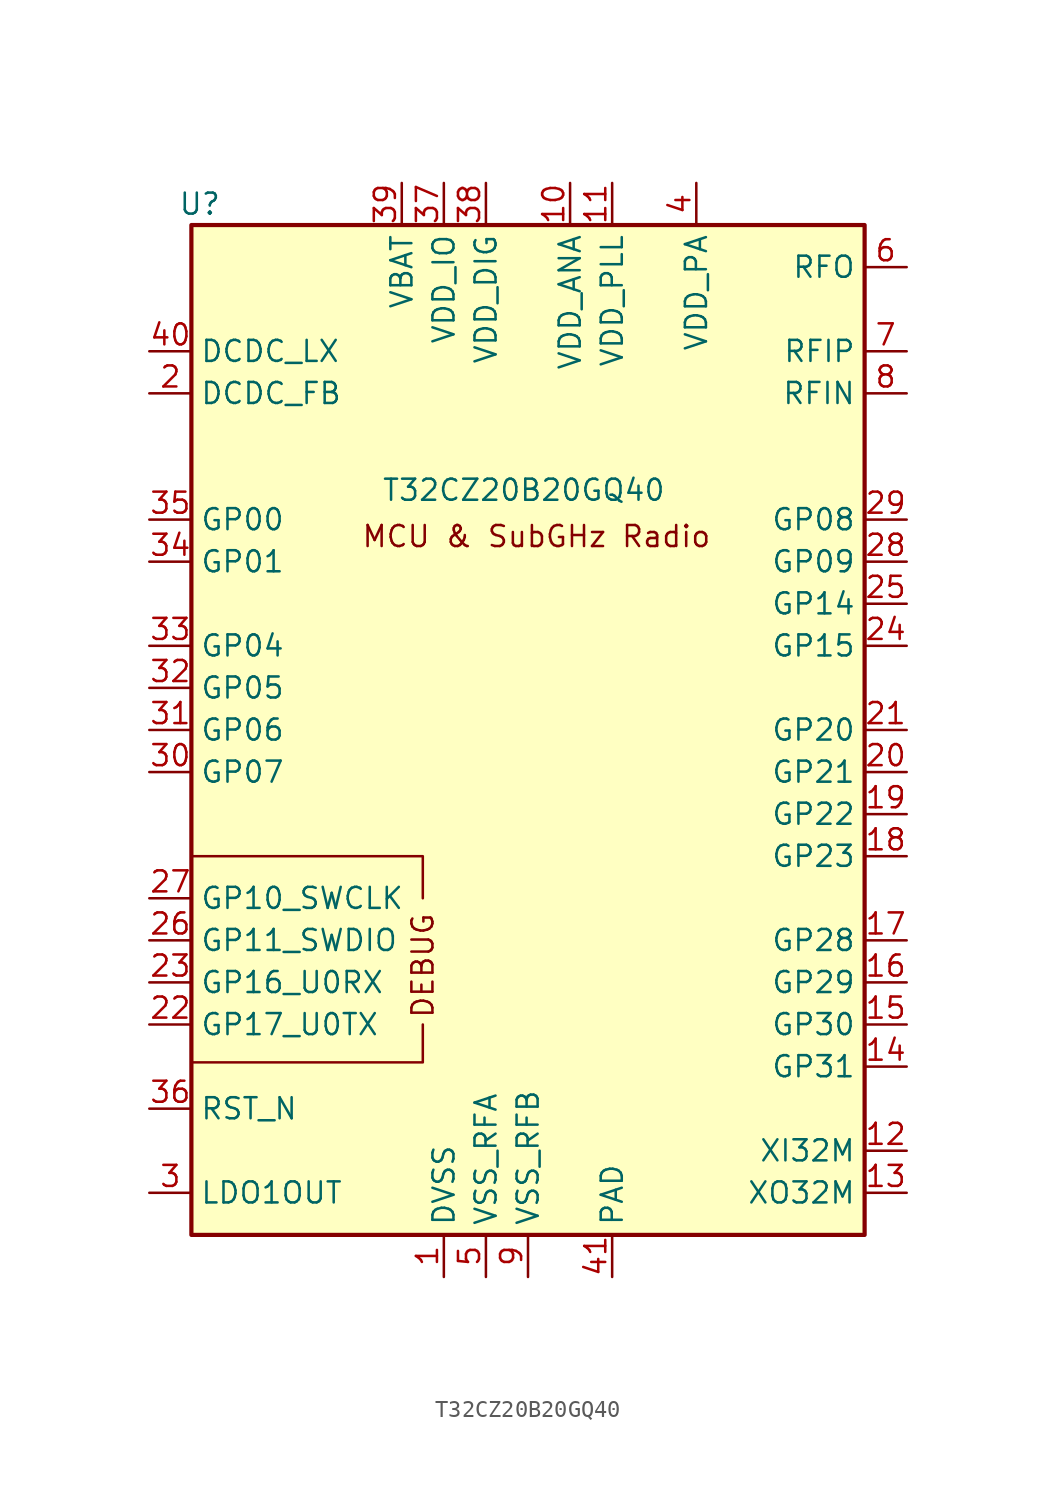
<source format=kicad_sym>
(kicad_symbol_lib
  (version 20241209)
  (generator "kicad_symbol_editor")
  (generator_version "9.0")
  (symbol "T32CZ20B20GQ40"
    (property "Reference" "U"
      (at -19.812 31.75 0)
      (effects (font (size 1.27 1.27))))
    (property "Value" "T32CZ20B20GQ40"
      (at -0.254 14.478 0)
      (effects (font (size 1.27 1.27))))
    (symbol "T32CZ20B20GQ40_0_1"
      (polyline (pts (xy -6.35 -10.16) (xy -6.35 -7.62) (xy -20.32 -7.62)) (stroke (width 0) (type default)) (fill (type none)))
      (polyline (pts (xy -6.35 -17.78) (xy -6.35 -20.066) (xy -20.32 -20.066)) (stroke (width 0) (type default)) (fill (type none))))
    (symbol "T32CZ20B20GQ40_1_0"
      (text "DEBUG" (at -6.35 -14.224 900) (effects (font (size 1.27 1.27))))
      (text "MCU & SubGHz Radio" (at 0.508 11.684 0) (effects (font (size 1.27 1.27)))))
    (symbol "T32CZ20B20GQ40_1_1"
      (rectangle (start -20.32 30.48) (end 20.32 -30.48) (stroke (width 0.254) (type default)) (fill (type background)))
      (pin passive line (at -22.86 22.86 0) (length 2.54) (name "DCDC_LX" (effects (font (size 1.27 1.27)))) (number "40" (effects (font (size 1.27 1.27)))))
      (pin passive line (at -22.86 20.32 0) (length 2.54) (name "DCDC_FB" (effects (font (size 1.27 1.27)))) (number "2" (effects (font (size 1.27 1.27)))))
      (pin bidirectional line (at -22.86 12.7 0) (length 2.54) (name "GP00" (effects (font (size 1.27 1.27)))) (number "35" (effects (font (size 1.27 1.27)))))
      (pin bidirectional line (at -22.86 10.16 0) (length 2.54) (name "GP01" (effects (font (size 1.27 1.27)))) (number "34" (effects (font (size 1.27 1.27)))))
      (pin bidirectional line (at -22.86 5.08 0) (length 2.54) (name "GP04" (effects (font (size 1.27 1.27)))) (number "33" (effects (font (size 1.27 1.27)))))
      (pin bidirectional line (at -22.86 2.54 0) (length 2.54) (name "GP05" (effects (font (size 1.27 1.27)))) (number "32" (effects (font (size 1.27 1.27)))))
      (pin bidirectional line (at -22.86 0 0) (length 2.54) (name "GP06" (effects (font (size 1.27 1.27)))) (number "31" (effects (font (size 1.27 1.27)))))
      (pin bidirectional line (at -22.86 -2.54 0) (length 2.54) (name "GP07" (effects (font (size 1.27 1.27)))) (number "30" (effects (font (size 1.27 1.27)))))
      (pin bidirectional line (at -22.86 -10.16 0) (length 2.54) (name "GP10_SWCLK" (effects (font (size 1.27 1.27)))) (number "27" (effects (font (size 1.27 1.27)))))
      (pin bidirectional line (at -22.86 -12.7 0) (length 2.54) (name "GP11_SWDIO" (effects (font (size 1.27 1.27)))) (number "26" (effects (font (size 1.27 1.27)))))
      (pin bidirectional line (at -22.86 -15.24 0) (length 2.54) (name "GP16_U0RX" (effects (font (size 1.27 1.27)))) (number "23" (effects (font (size 1.27 1.27)))))
      (pin bidirectional line (at -22.86 -17.78 0) (length 2.54) (name "GP17_U0TX" (effects (font (size 1.27 1.27)))) (number "22" (effects (font (size 1.27 1.27)))))
      (pin input line (at -22.86 -22.86 0) (length 2.54) (name "RST_N" (effects (font (size 1.27 1.27)))) (number "36" (effects (font (size 1.27 1.27)))))
      (pin passive line (at -22.86 -27.94 0) (length 2.54) (name "LDO1OUT" (effects (font (size 1.27 1.27)))) (number "3" (effects (font (size 1.27 1.27)))))
      (pin power_in line (at -7.62 33.02 270) (length 2.54) (name "VBAT" (effects (font (size 1.27 1.27)))) (number "39" (effects (font (size 1.27 1.27)))))
      (pin power_in line (at -5.08 33.02 270) (length 2.54) (name "VDD_IO" (effects (font (size 1.27 1.27)))) (number "37" (effects (font (size 1.27 1.27)))))
      (pin power_in line (at -5.08 -33.02 90) (length 2.54) (name "DVSS" (effects (font (size 1.27 1.27)))) (number "1" (effects (font (size 1.27 1.27)))))
      (pin power_in line (at -2.54 33.02 270) (length 2.54) (name "VDD_DIG" (effects (font (size 1.27 1.27)))) (number "38" (effects (font (size 1.27 1.27)))))
      (pin power_in line (at -2.54 -33.02 90) (length 2.54) (name "VSS_RFA" (effects (font (size 1.27 1.27)))) (number "5" (effects (font (size 1.27 1.27)))))
      (pin power_in line (at 0 -33.02 90) (length 2.54) (name "VSS_RFB" (effects (font (size 1.27 1.27)))) (number "9" (effects (font (size 1.27 1.27)))))
      (pin power_in line (at 2.54 33.02 270) (length 2.54) (name "VDD_ANA" (effects (font (size 1.27 1.27)))) (number "10" (effects (font (size 1.27 1.27)))))
      (pin power_in line (at 5.08 33.02 270) (length 2.54) (name "VDD_PLL" (effects (font (size 1.27 1.27)))) (number "11" (effects (font (size 1.27 1.27)))))
      (pin power_in line (at 5.08 -33.02 90) (length 2.54) (name "PAD" (effects (font (size 1.27 1.27)))) (number "41" (effects (font (size 1.27 1.27)))))
      (pin power_in line (at 10.16 33.02 270) (length 2.54) (name "VDD_PA" (effects (font (size 1.27 1.27)))) (number "4" (effects (font (size 1.27 1.27)))))
      (pin bidirectional line (at 22.86 27.94 180) (length 2.54) (name "RFO" (effects (font (size 1.27 1.27)))) (number "6" (effects (font (size 1.27 1.27)))))
      (pin bidirectional line (at 22.86 22.86 180) (length 2.54) (name "RFIP" (effects (font (size 1.27 1.27)))) (number "7" (effects (font (size 1.27 1.27)))))
      (pin bidirectional line (at 22.86 20.32 180) (length 2.54) (name "RFIN" (effects (font (size 1.27 1.27)))) (number "8" (effects (font (size 1.27 1.27)))))
      (pin bidirectional line (at 22.86 12.7 180) (length 2.54) (name "GP08" (effects (font (size 1.27 1.27)))) (number "29" (effects (font (size 1.27 1.27)))))
      (pin bidirectional line (at 22.86 10.16 180) (length 2.54) (name "GP09" (effects (font (size 1.27 1.27)))) (number "28" (effects (font (size 1.27 1.27)))))
      (pin bidirectional line (at 22.86 7.62 180) (length 2.54) (name "GP14" (effects (font (size 1.27 1.27)))) (number "25" (effects (font (size 1.27 1.27)))))
      (pin bidirectional line (at 22.86 5.08 180) (length 2.54) (name "GP15" (effects (font (size 1.27 1.27)))) (number "24" (effects (font (size 1.27 1.27)))))
      (pin bidirectional line (at 22.86 0 180) (length 2.54) (name "GP20" (effects (font (size 1.27 1.27)))) (number "21" (effects (font (size 1.27 1.27)))))
      (pin bidirectional line (at 22.86 -2.54 180) (length 2.54) (name "GP21" (effects (font (size 1.27 1.27)))) (number "20" (effects (font (size 1.27 1.27)))))
      (pin bidirectional line (at 22.86 -5.08 180) (length 2.54) (name "GP22" (effects (font (size 1.27 1.27)))) (number "19" (effects (font (size 1.27 1.27)))))
      (pin bidirectional line (at 22.86 -7.62 180) (length 2.54) (name "GP23" (effects (font (size 1.27 1.27)))) (number "18" (effects (font (size 1.27 1.27)))))
      (pin bidirectional line (at 22.86 -12.7 180) (length 2.54) (name "GP28" (effects (font (size 1.27 1.27)))) (number "17" (effects (font (size 1.27 1.27)))))
      (pin bidirectional line (at 22.86 -15.24 180) (length 2.54) (name "GP29" (effects (font (size 1.27 1.27)))) (number "16" (effects (font (size 1.27 1.27)))))
      (pin bidirectional line (at 22.86 -17.78 180) (length 2.54) (name "GP30" (effects (font (size 1.27 1.27)))) (number "15" (effects (font (size 1.27 1.27)))))
      (pin bidirectional line (at 22.86 -20.32 180) (length 2.54) (name "GP31" (effects (font (size 1.27 1.27)))) (number "14" (effects (font (size 1.27 1.27)))))
      (pin input line (at 22.86 -25.4 180) (length 2.54) (name "XI32M" (effects (font (size 1.27 1.27)))) (number "12" (effects (font (size 1.27 1.27)))))
      (pin output line (at 22.86 -27.94 180) (length 2.54) (name "XO32M" (effects (font (size 1.27 1.27)))) (number "13" (effects (font (size 1.27 1.27))))))))
</source>
